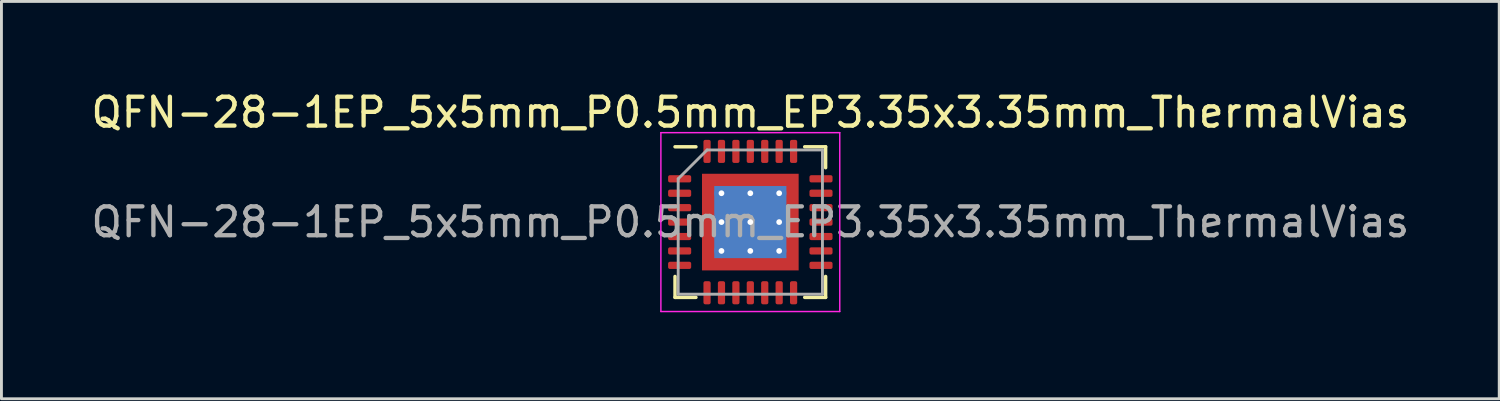
<source format=kicad_pcb>
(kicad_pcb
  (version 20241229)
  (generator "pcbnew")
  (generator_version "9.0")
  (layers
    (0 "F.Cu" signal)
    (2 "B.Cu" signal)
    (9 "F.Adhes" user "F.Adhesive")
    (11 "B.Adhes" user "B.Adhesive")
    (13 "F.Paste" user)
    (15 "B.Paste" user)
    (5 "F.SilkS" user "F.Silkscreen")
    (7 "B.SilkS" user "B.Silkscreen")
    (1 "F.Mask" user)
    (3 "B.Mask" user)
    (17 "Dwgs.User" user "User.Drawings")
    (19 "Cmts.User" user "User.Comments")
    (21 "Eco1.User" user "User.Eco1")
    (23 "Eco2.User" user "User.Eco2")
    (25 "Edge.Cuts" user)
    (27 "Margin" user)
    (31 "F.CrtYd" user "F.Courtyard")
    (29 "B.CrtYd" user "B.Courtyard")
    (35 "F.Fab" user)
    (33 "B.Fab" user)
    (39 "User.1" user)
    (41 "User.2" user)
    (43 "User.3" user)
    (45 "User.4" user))
  (footprint "QFN-28-1EP_5x5mm_P0.5mm_EP3.35x3.35mm_ThermalVias"
    (layer "F.Cu")
    (at 22.958 4.648)
    (property "Reference" "QFN-28-1EP_5x5mm_P0.5mm_EP3.35x3.35mm_ThermalVias" (at 0 -3.8 0) (layer "F.SilkS") (effects (font (size 1 1) (thickness 0.15))))
    (attr smd)
    (fp_line (start -2.61 2.61) (end -2.61 1.885) (stroke (width 0.12) (type solid)) (layer "F.SilkS"))
    (fp_line (start -1.885 -2.61) (end -2.61 -2.61) (stroke (width 0.12) (type solid)) (layer "F.SilkS"))
    (fp_line (start -1.885 2.61) (end -2.61 2.61) (stroke (width 0.12) (type solid)) (layer "F.SilkS"))
    (fp_line (start 1.885 -2.61) (end 2.61 -2.61) (stroke (width 0.12) (type solid)) (layer "F.SilkS"))
    (fp_line (start 1.885 2.61) (end 2.61 2.61) (stroke (width 0.12) (type solid)) (layer "F.SilkS"))
    (fp_line (start 2.61 -2.61) (end 2.61 -1.885) (stroke (width 0.12) (type solid)) (layer "F.SilkS"))
    (fp_line (start 2.61 2.61) (end 2.61 1.885) (stroke (width 0.12) (type solid)) (layer "F.SilkS"))
    (fp_line (start -3.1 -3.1) (end -3.1 3.1) (stroke (width 0.05) (type solid)) (layer "F.CrtYd"))
    (fp_line (start -3.1 3.1) (end 3.1 3.1) (stroke (width 0.05) (type solid)) (layer "F.CrtYd"))
    (fp_line (start 3.1 -3.1) (end -3.1 -3.1) (stroke (width 0.05) (type solid)) (layer "F.CrtYd"))
    (fp_line (start 3.1 3.1) (end 3.1 -3.1) (stroke (width 0.05) (type solid)) (layer "F.CrtYd"))
    (fp_line (start -2.5 -1.5) (end -1.5 -2.5) (stroke (width 0.1) (type solid)) (layer "F.Fab"))
    (fp_line (start -2.5 2.5) (end -2.5 -1.5) (stroke (width 0.1) (type solid)) (layer "F.Fab"))
    (fp_line (start -1.5 -2.5) (end 2.5 -2.5) (stroke (width 0.1) (type solid)) (layer "F.Fab"))
    (fp_line (start 2.5 -2.5) (end 2.5 2.5) (stroke (width 0.1) (type solid)) (layer "F.Fab"))
    (fp_line (start 2.5 2.5) (end -2.5 2.5) (stroke (width 0.1) (type solid)) (layer "F.Fab"))
    (fp_text user "${REFERENCE}" (at 0 0 0) (layer "F.Fab") (effects (font (size 1 1) (thickness 0.15))))
    (pad "" smd custom (at -1.337 -1.337) (size 0.437 0.437) (layers "F.Paste") (options (anchor circle)) (primitives (gr_poly (pts (xy 0.165 0.076) (xy 0.076 0.165) (xy -0.165 0.165) (xy -0.165 -0.165) (xy 0.165 -0.165)) (width 0.215) (fill yes))))
    (pad "" smd custom (at -1.337 -0.5) (size 0.459 0.459) (layers "F.Paste") (options (anchor circle)) (primitives (gr_poly (pts (xy 0.187 -0.247) (xy 0.187 0.247) (xy 0.116 0.318) (xy -0.187 0.318) (xy -0.187 -0.318) (xy 0.116 -0.318)) (width 0.17) (fill yes))))
    (pad "" smd custom (at -1.337 0.5) (size 0.459 0.459) (layers "F.Paste") (options (anchor circle)) (primitives (gr_poly (pts (xy 0.187 -0.247) (xy 0.187 0.247) (xy 0.116 0.318) (xy -0.187 0.318) (xy -0.187 -0.318) (xy 0.116 -0.318)) (width 0.17) (fill yes))))
    (pad "" smd custom (at -1.337 1.337) (size 0.437 0.437) (layers "F.Paste") (options (anchor circle)) (primitives (gr_poly (pts (xy 0.165 -0.076) (xy 0.165 0.165) (xy -0.165 0.165) (xy -0.165 -0.165) (xy 0.076 -0.165)) (width 0.215) (fill yes))))
    (pad "" smd custom (at -0.5 -1.337) (size 0.459 0.459) (layers "F.Paste") (options (anchor circle)) (primitives (gr_poly (pts (xy 0.318 0.116) (xy 0.247 0.187) (xy -0.247 0.187) (xy -0.318 0.116) (xy -0.318 -0.187) (xy 0.318 -0.187)) (width 0.17) (fill yes))))
    (pad "" smd roundrect (at -0.5 -0.5) (size 0.806 0.806) (layers "F.Paste") (roundrect_rratio 0.25))
    (pad "" smd roundrect (at -0.5 0.5) (size 0.806 0.806) (layers "F.Paste") (roundrect_rratio 0.25))
    (pad "" smd custom (at -0.5 1.337) (size 0.459 0.459) (layers "F.Paste") (options (anchor circle)) (primitives (gr_poly (pts (xy 0.318 -0.116) (xy 0.318 0.187) (xy -0.318 0.187) (xy -0.318 -0.116) (xy -0.247 -0.187) (xy 0.247 -0.187)) (width 0.17) (fill yes))))
    (pad "" smd custom (at 0.5 -1.337) (size 0.459 0.459) (layers "F.Paste") (options (anchor circle)) (primitives (gr_poly (pts (xy 0.318 0.116) (xy 0.247 0.187) (xy -0.247 0.187) (xy -0.318 0.116) (xy -0.318 -0.187) (xy 0.318 -0.187)) (width 0.17) (fill yes))))
    (pad "" smd roundrect (at 0.5 -0.5) (size 0.806 0.806) (layers "F.Paste") (roundrect_rratio 0.25))
    (pad "" smd roundrect (at 0.5 0.5) (size 0.806 0.806) (layers "F.Paste") (roundrect_rratio 0.25))
    (pad "" smd custom (at 0.5 1.337) (size 0.459 0.459) (layers "F.Paste") (options (anchor circle)) (primitives (gr_poly (pts (xy 0.318 -0.116) (xy 0.318 0.187) (xy -0.318 0.187) (xy -0.318 -0.116) (xy -0.247 -0.187) (xy 0.247 -0.187)) (width 0.17) (fill yes))))
    (pad "" smd custom (at 1.337 -1.337) (size 0.437 0.437) (layers "F.Paste") (options (anchor circle)) (primitives (gr_poly (pts (xy 0.165 0.165) (xy -0.076 0.165) (xy -0.165 0.076) (xy -0.165 -0.165) (xy 0.165 -0.165)) (width 0.215) (fill yes))))
    (pad "" smd custom (at 1.337 -0.5) (size 0.459 0.459) (layers "F.Paste") (options (anchor circle)) (primitives (gr_poly (pts (xy 0.187 0.318) (xy -0.116 0.318) (xy -0.187 0.247) (xy -0.187 -0.247) (xy -0.116 -0.318) (xy 0.187 -0.318)) (width 0.17) (fill yes))))
    (pad "" smd custom (at 1.337 0.5) (size 0.459 0.459) (layers "F.Paste") (options (anchor circle)) (primitives (gr_poly (pts (xy 0.187 0.318) (xy -0.116 0.318) (xy -0.187 0.247) (xy -0.187 -0.247) (xy -0.116 -0.318) (xy 0.187 -0.318)) (width 0.17) (fill yes))))
    (pad "" smd custom (at 1.337 1.337) (size 0.437 0.437) (layers "F.Paste") (options (anchor circle)) (primitives (gr_poly (pts (xy 0.165 0.165) (xy -0.165 0.165) (xy -0.165 -0.076) (xy -0.076 -0.165) (xy 0.165 -0.165)) (width 0.215) (fill yes))))
    (pad "1" smd roundrect (at -2.45 -1.5) (size 0.8 0.25) (layers "F.Cu" "F.Mask" "F.Paste") (roundrect_rratio 0.25))
    (pad "2" smd roundrect (at -2.45 -1) (size 0.8 0.25) (layers "F.Cu" "F.Mask" "F.Paste") (roundrect_rratio 0.25))
    (pad "3" smd roundrect (at -2.45 -0.5) (size 0.8 0.25) (layers "F.Cu" "F.Mask" "F.Paste") (roundrect_rratio 0.25))
    (pad "4" smd roundrect (at -2.45 0) (size 0.8 0.25) (layers "F.Cu" "F.Mask" "F.Paste") (roundrect_rratio 0.25))
    (pad "5" smd roundrect (at -2.45 0.5) (size 0.8 0.25) (layers "F.Cu" "F.Mask" "F.Paste") (roundrect_rratio 0.25))
    (pad "6" smd roundrect (at -2.45 1) (size 0.8 0.25) (layers "F.Cu" "F.Mask" "F.Paste") (roundrect_rratio 0.25))
    (pad "7" smd roundrect (at -2.45 1.5) (size 0.8 0.25) (layers "F.Cu" "F.Mask" "F.Paste") (roundrect_rratio 0.25))
    (pad "8" smd roundrect (at -1.5 2.45) (size 0.25 0.8) (layers "F.Cu" "F.Mask" "F.Paste") (roundrect_rratio 0.25))
    (pad "9" smd roundrect (at -1 2.45) (size 0.25 0.8) (layers "F.Cu" "F.Mask" "F.Paste") (roundrect_rratio 0.25))
    (pad "10" smd roundrect (at -0.5 2.45) (size 0.25 0.8) (layers "F.Cu" "F.Mask" "F.Paste") (roundrect_rratio 0.25))
    (pad "11" smd roundrect (at 0 2.45) (size 0.25 0.8) (layers "F.Cu" "F.Mask" "F.Paste") (roundrect_rratio 0.25))
    (pad "12" smd roundrect (at 0.5 2.45) (size 0.25 0.8) (layers "F.Cu" "F.Mask" "F.Paste") (roundrect_rratio 0.25))
    (pad "13" smd roundrect (at 1 2.45) (size 0.25 0.8) (layers "F.Cu" "F.Mask" "F.Paste") (roundrect_rratio 0.25))
    (pad "14" smd roundrect (at 1.5 2.45) (size 0.25 0.8) (layers "F.Cu" "F.Mask" "F.Paste") (roundrect_rratio 0.25))
    (pad "15" smd roundrect (at 2.45 1.5) (size 0.8 0.25) (layers "F.Cu" "F.Mask" "F.Paste") (roundrect_rratio 0.25))
    (pad "16" smd roundrect (at 2.45 1) (size 0.8 0.25) (layers "F.Cu" "F.Mask" "F.Paste") (roundrect_rratio 0.25))
    (pad "17" smd roundrect (at 2.45 0.5) (size 0.8 0.25) (layers "F.Cu" "F.Mask" "F.Paste") (roundrect_rratio 0.25))
    (pad "18" smd roundrect (at 2.45 0) (size 0.8 0.25) (layers "F.Cu" "F.Mask" "F.Paste") (roundrect_rratio 0.25))
    (pad "19" smd roundrect (at 2.45 -0.5) (size 0.8 0.25) (layers "F.Cu" "F.Mask" "F.Paste") (roundrect_rratio 0.25))
    (pad "20" smd roundrect (at 2.45 -1) (size 0.8 0.25) (layers "F.Cu" "F.Mask" "F.Paste") (roundrect_rratio 0.25))
    (pad "21" smd roundrect (at 2.45 -1.5) (size 0.8 0.25) (layers "F.Cu" "F.Mask" "F.Paste") (roundrect_rratio 0.25))
    (pad "22" smd roundrect (at 1.5 -2.45) (size 0.25 0.8) (layers "F.Cu" "F.Mask" "F.Paste") (roundrect_rratio 0.25))
    (pad "23" smd roundrect (at 1 -2.45) (size 0.25 0.8) (layers "F.Cu" "F.Mask" "F.Paste") (roundrect_rratio 0.25))
    (pad "24" smd roundrect (at 0.5 -2.45) (size 0.25 0.8) (layers "F.Cu" "F.Mask" "F.Paste") (roundrect_rratio 0.25))
    (pad "25" smd roundrect (at 0 -2.45) (size 0.25 0.8) (layers "F.Cu" "F.Mask" "F.Paste") (roundrect_rratio 0.25))
    (pad "26" smd roundrect (at -0.5 -2.45) (size 0.25 0.8) (layers "F.Cu" "F.Mask" "F.Paste") (roundrect_rratio 0.25))
    (pad "27" smd roundrect (at -1 -2.45) (size 0.25 0.8) (layers "F.Cu" "F.Mask" "F.Paste") (roundrect_rratio 0.25))
    (pad "28" smd roundrect (at -1.5 -2.45) (size 0.25 0.8) (layers "F.Cu" "F.Mask" "F.Paste") (roundrect_rratio 0.25))
    (pad "29" thru_hole circle (at -1 -1) (size 0.5 0.5) (drill 0.2) (layers "*.Cu"))
    (pad "29" thru_hole circle (at -1 0) (size 0.5 0.5) (drill 0.2) (layers "*.Cu"))
    (pad "29" thru_hole circle (at -1 1) (size 0.5 0.5) (drill 0.2) (layers "*.Cu"))
    (pad "29" thru_hole circle (at 0 -1) (size 0.5 0.5) (drill 0.2) (layers "*.Cu"))
    (pad "29" thru_hole circle (at 0 0) (size 0.5 0.5) (drill 0.2) (layers "*.Cu"))
    (pad "29" smd rect (at 0 0) (size 2.5 2.5) (layers "B.Cu"))
    (pad "29" smd rect (at 0 0) (size 3.35 3.35) (layers "F.Cu" "F.Mask"))
    (pad "29" thru_hole circle (at 0 1) (size 0.5 0.5) (drill 0.2) (layers "*.Cu"))
    (pad "29" thru_hole circle (at 1 -1) (size 0.5 0.5) (drill 0.2) (layers "*.Cu"))
    (pad "29" thru_hole circle (at 1 0) (size 0.5 0.5) (drill 0.2) (layers "*.Cu"))
    (pad "29" thru_hole circle (at 1 1) (size 0.5 0.5) (drill 0.2) (layers "*.Cu")))
  (gr_rect
    (start -3 -3)
    (end 48.917 10.773)
    (stroke (width 0.1) (type default))
    (fill no)
    (layer "Edge.Cuts")))
</source>
